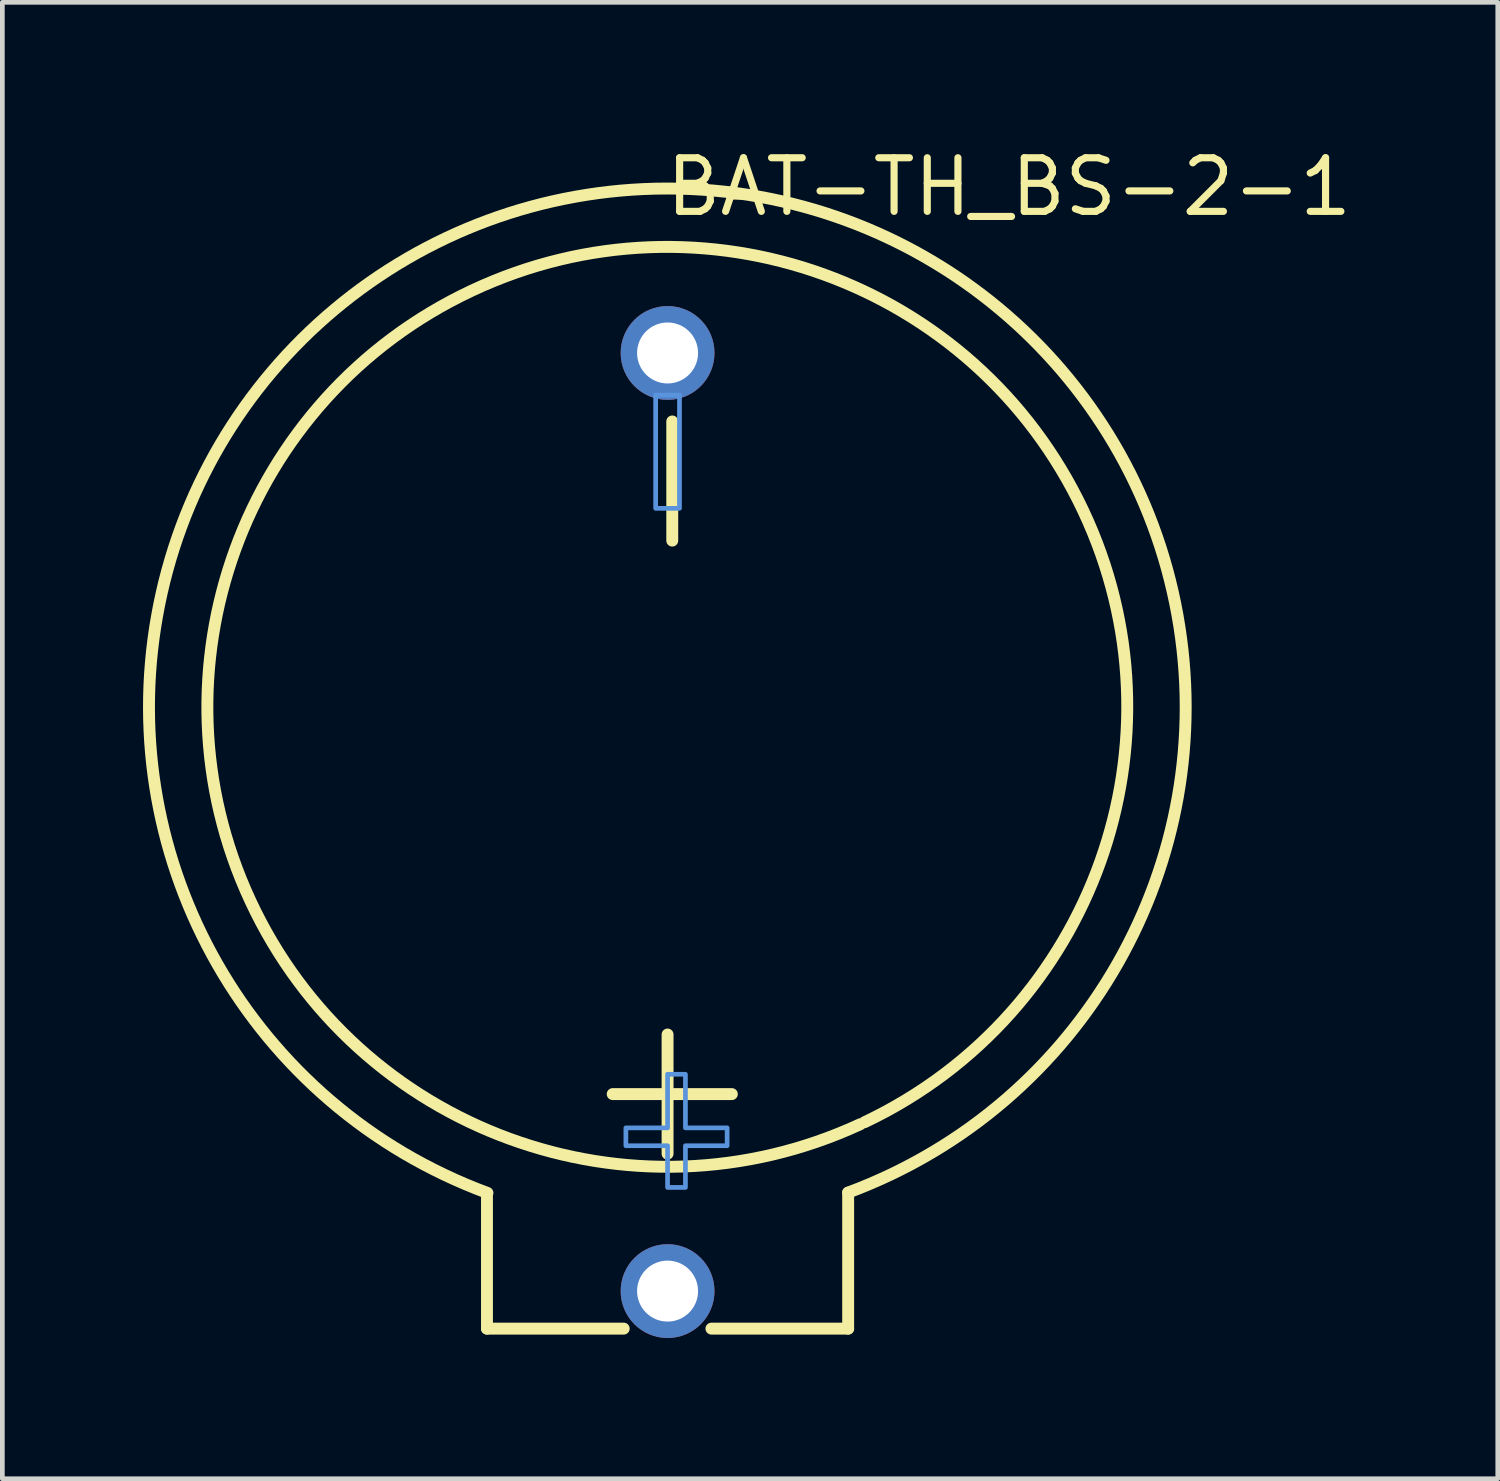
<source format=kicad_pcb>
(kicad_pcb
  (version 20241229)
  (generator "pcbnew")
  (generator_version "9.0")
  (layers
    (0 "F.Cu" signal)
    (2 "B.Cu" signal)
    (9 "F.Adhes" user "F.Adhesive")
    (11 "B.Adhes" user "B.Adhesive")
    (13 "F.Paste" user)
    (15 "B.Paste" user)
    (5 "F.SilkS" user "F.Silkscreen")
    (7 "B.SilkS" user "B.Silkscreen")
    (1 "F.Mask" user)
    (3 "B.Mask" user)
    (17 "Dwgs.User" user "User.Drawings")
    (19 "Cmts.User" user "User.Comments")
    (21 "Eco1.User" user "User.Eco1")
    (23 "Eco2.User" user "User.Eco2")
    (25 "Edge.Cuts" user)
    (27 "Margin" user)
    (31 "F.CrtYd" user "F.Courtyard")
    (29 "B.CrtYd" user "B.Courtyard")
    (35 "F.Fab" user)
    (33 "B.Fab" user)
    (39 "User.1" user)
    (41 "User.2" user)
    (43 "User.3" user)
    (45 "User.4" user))
  (footprint "BAT-TH_BS-2-1"
    (layer "F.Cu")
    (at 11.182 14.475)
    (property "Reference" "BAT-TH_BS-2-1" (at -0.115 -13.54 0) (layer "F.SilkS") (effects (font (size 1.143 1.143) (thickness 0.152)) (justify left)))
    (attr through_hole)
    (fp_line (start -3.85 10.8) (end -3.85 8) (stroke (width 0.254) (type solid)) (layer "F.SilkS"))
    (fp_line (start -3.85 10.8) (end -0.935 10.8) (stroke (width 0.254) (type solid)) (layer "F.SilkS"))
    (fp_line (start 0 7.07) (end 0 4.53) (stroke (width 0.254) (type solid)) (layer "F.SilkS"))
    (fp_line (start 0.1 -6) (end 0.1 -8.54) (stroke (width 0.254) (type solid)) (layer "F.SilkS"))
    (fp_line (start 0.935 10.8) (end 3.85 10.8) (stroke (width 0.254) (type solid)) (layer "F.SilkS"))
    (fp_line (start 1.37 5.8) (end -1.17 5.8) (stroke (width 0.254) (type solid)) (layer "F.SilkS"))
    (fp_line (start 3.85 10.8) (end 3.85 7.9) (stroke (width 0.254) (type solid)) (layer "F.SilkS"))
    (fp_arc (start -3.84 7.907) (mid -0.01564 -13.505836) (end 3.84995 7.899595) (stroke (width 0.254) (type solid)) (layer "F.SilkS"))
    (fp_arc (start 4.112 6.441) (mid -4.166204 -11.332411) (end 4.200306 6.399603) (stroke (width 0.254) (type solid)) (layer "F.SilkS"))
    (fp_poly (pts (xy 0.254 -6.688) (xy -0.254 -6.688) (xy -0.254 -9.101) (xy 0.254 -9.101)) (stroke (width 0.1) (type solid)) (fill no) (layer "Cmts.User"))
    (fp_poly (pts (xy 1.27 6.52) (xy 0.381 6.52) (xy 0.381 5.377) (xy 0 5.377) (xy 0 6.52) (xy -0.889 6.52) (xy -0.889 6.774) (xy -0.889 6.901) (xy 0 6.901) (xy 0 7.79) (xy 0.381 7.79) (xy 0.381 6.901) (xy 1.27 6.901) (xy 1.27 6.647)) (stroke (width 0.1) (type solid)) (fill no) (layer "Cmts.User"))
    (pad "1" thru_hole circle (at 0 10 90) (size 2 2) (drill 1.3) (layers "*.Cu" "*.Paste" "*.Mask"))
    (pad "2" thru_hole circle (at 0 -10 90) (size 2 2) (drill 1.3) (layers "*.Cu" "*.Paste" "*.Mask")))
  (gr_rect
    (start -3 -3)
    (end 28.881 28.475)
    (stroke (width 0.1) (type default))
    (fill no)
    (layer "Edge.Cuts")))
</source>
